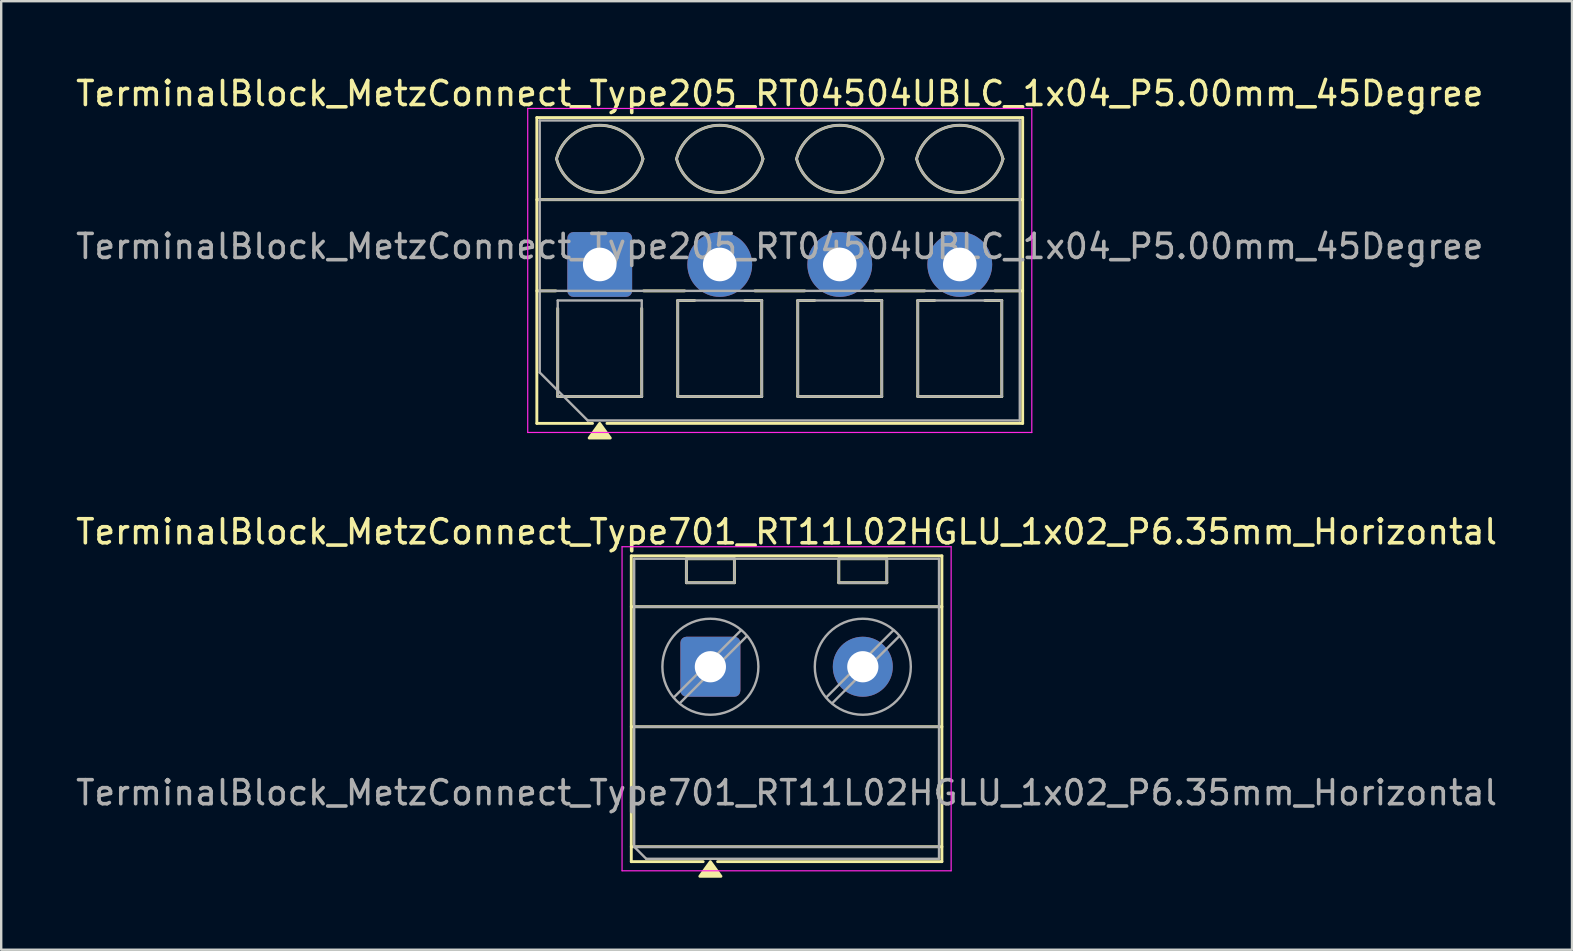
<source format=kicad_pcb>
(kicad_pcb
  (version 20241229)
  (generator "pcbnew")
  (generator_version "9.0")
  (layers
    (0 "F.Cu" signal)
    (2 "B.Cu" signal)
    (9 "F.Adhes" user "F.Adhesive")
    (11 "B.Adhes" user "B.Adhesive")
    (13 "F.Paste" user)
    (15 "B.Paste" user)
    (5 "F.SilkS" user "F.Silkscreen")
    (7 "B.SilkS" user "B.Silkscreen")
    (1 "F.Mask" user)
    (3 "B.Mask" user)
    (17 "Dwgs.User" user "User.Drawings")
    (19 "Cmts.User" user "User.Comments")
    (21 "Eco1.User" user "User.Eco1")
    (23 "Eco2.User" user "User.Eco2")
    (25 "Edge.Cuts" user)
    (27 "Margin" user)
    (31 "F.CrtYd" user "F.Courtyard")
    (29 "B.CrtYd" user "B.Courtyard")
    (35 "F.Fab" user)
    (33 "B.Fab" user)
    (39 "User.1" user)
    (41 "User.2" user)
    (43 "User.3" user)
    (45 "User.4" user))
  (footprint "TerminalBlock_MetzConnect_Type701_RT11L02HGLU_1x02_P6.35mm_Horizontal"
    (layer "F.Cu")
    (at 26.545 24.727)
    (property "Reference" "TerminalBlock_MetzConnect_Type701_RT11L02HGLU_1x02_P6.35mm_Horizontal" (at 3.175 -5.62 0) (layer "F.SilkS") (effects (font (size 1 1) (thickness 0.15))))
    (attr through_hole)
    (fp_line (start -3.295 -4.62) (end -3.295 8.12) (stroke (width 0.12) (type solid)) (layer "F.SilkS"))
    (fp_line (start -3.295 -4.62) (end 9.645 -4.62) (stroke (width 0.12) (type solid)) (layer "F.SilkS"))
    (fp_line (start -3.295 -2.5) (end 9.645 -2.5) (stroke (width 0.12) (type solid)) (layer "F.SilkS"))
    (fp_line (start -3.295 2.5) (end 9.645 2.5) (stroke (width 0.12) (type solid)) (layer "F.SilkS"))
    (fp_line (start -3.295 7.5) (end 9.645 7.5) (stroke (width 0.12) (type solid)) (layer "F.SilkS"))
    (fp_line (start -3.295 8.12) (end -0.3 8.12) (stroke (width 0.12) (type solid)) (layer "F.SilkS"))
    (fp_line (start -1 -4.5) (end -1 -3.5) (stroke (width 0.12) (type solid)) (layer "F.SilkS"))
    (fp_line (start -1 -4.5) (end 1 -4.5) (stroke (width 0.12) (type solid)) (layer "F.SilkS"))
    (fp_line (start -1 -3.5) (end 1 -3.5) (stroke (width 0.12) (type solid)) (layer "F.SilkS"))
    (fp_line (start 0.3 8.12) (end 9.645 8.12) (stroke (width 0.12) (type solid)) (layer "F.SilkS"))
    (fp_line (start 1 -4.5) (end 1 -3.5) (stroke (width 0.12) (type solid)) (layer "F.SilkS"))
    (fp_line (start 5.35 -4.5) (end 5.35 -3.5) (stroke (width 0.12) (type solid)) (layer "F.SilkS"))
    (fp_line (start 5.35 -4.5) (end 7.35 -4.5) (stroke (width 0.12) (type solid)) (layer "F.SilkS"))
    (fp_line (start 5.35 -3.5) (end 7.35 -3.5) (stroke (width 0.12) (type solid)) (layer "F.SilkS"))
    (fp_line (start 7.35 -4.5) (end 7.35 -3.5) (stroke (width 0.12) (type solid)) (layer "F.SilkS"))
    (fp_line (start 9.645 -4.62) (end 9.645 8.12) (stroke (width 0.12) (type solid)) (layer "F.SilkS"))
    (fp_poly (pts (xy 0 8.12) (xy 0.44 8.73) (xy -0.44 8.73)) (stroke (width 0.12) (type solid)) (fill yes) (layer "F.SilkS"))
    (fp_line (start -3.68 -5) (end -3.68 8.5) (stroke (width 0.05) (type solid)) (layer "F.CrtYd"))
    (fp_line (start -3.68 8.5) (end 10.03 8.5) (stroke (width 0.05) (type solid)) (layer "F.CrtYd"))
    (fp_line (start 10.03 -5) (end -3.68 -5) (stroke (width 0.05) (type solid)) (layer "F.CrtYd"))
    (fp_line (start 10.03 8.5) (end 10.03 -5) (stroke (width 0.05) (type solid)) (layer "F.CrtYd"))
    (fp_line (start -3.175 -4.5) (end 9.525 -4.5) (stroke (width 0.1) (type solid)) (layer "F.Fab"))
    (fp_line (start -3.175 -2.5) (end 9.525 -2.5) (stroke (width 0.1) (type solid)) (layer "F.Fab"))
    (fp_line (start -3.175 2.5) (end 9.525 2.5) (stroke (width 0.1) (type solid)) (layer "F.Fab"))
    (fp_line (start -3.175 7.5) (end -3.175 -4.5) (stroke (width 0.1) (type solid)) (layer "F.Fab"))
    (fp_line (start -3.175 7.5) (end 9.525 7.5) (stroke (width 0.1) (type solid)) (layer "F.Fab"))
    (fp_line (start -2.675 8) (end -3.175 7.5) (stroke (width 0.1) (type solid)) (layer "F.Fab"))
    (fp_line (start -1 -4.5) (end -1 -3.5) (stroke (width 0.1) (type solid)) (layer "F.Fab"))
    (fp_line (start -1 -3.5) (end 1 -3.5) (stroke (width 0.1) (type solid)) (layer "F.Fab"))
    (fp_line (start 1 -4.5) (end -1 -4.5) (stroke (width 0.1) (type solid)) (layer "F.Fab"))
    (fp_line (start 1 -3.5) (end 1 -4.5) (stroke (width 0.1) (type solid)) (layer "F.Fab"))
    (fp_line (start 1.273 -1.517) (end -1.517 1.272) (stroke (width 0.1) (type solid)) (layer "F.Fab"))
    (fp_line (start 1.517 -1.273) (end -1.273 1.517) (stroke (width 0.1) (type solid)) (layer "F.Fab"))
    (fp_line (start 5.35 -4.5) (end 5.35 -3.5) (stroke (width 0.1) (type solid)) (layer "F.Fab"))
    (fp_line (start 5.35 -3.5) (end 7.35 -3.5) (stroke (width 0.1) (type solid)) (layer "F.Fab"))
    (fp_line (start 7.35 -4.5) (end 5.35 -4.5) (stroke (width 0.1) (type solid)) (layer "F.Fab"))
    (fp_line (start 7.35 -3.5) (end 7.35 -4.5) (stroke (width 0.1) (type solid)) (layer "F.Fab"))
    (fp_line (start 7.623 -1.517) (end 4.833 1.272) (stroke (width 0.1) (type solid)) (layer "F.Fab"))
    (fp_line (start 7.867 -1.273) (end 5.077 1.517) (stroke (width 0.1) (type solid)) (layer "F.Fab"))
    (fp_line (start 9.525 -4.5) (end 9.525 8) (stroke (width 0.1) (type solid)) (layer "F.Fab"))
    (fp_line (start 9.525 8) (end -2.675 8) (stroke (width 0.1) (type solid)) (layer "F.Fab"))
    (fp_circle (center 0 0) (end 2 0) (stroke (width 0.1) (type solid)) (fill no) (layer "F.Fab"))
    (fp_circle (center 6.35 0) (end 8.35 0) (stroke (width 0.1) (type solid)) (fill no) (layer "F.Fab"))
    (fp_text user "${REFERENCE}" (at 3.175 5.25 0) (layer "F.Fab") (effects (font (size 1 1) (thickness 0.15))))
    (pad "1" thru_hole roundrect (at 0 0) (size 2.5 2.5) (drill 1.3) (layers "*.Cu" "*.Mask") (roundrect_rratio 0.1))
    (pad "2" thru_hole circle (at 6.35 0) (size 2.5 2.5) (drill 1.3) (layers "*.Cu" "*.Mask")))
  (footprint "TerminalBlock_MetzConnect_Type205_RT04504UBLC_1x04_P5.00mm_45Degree"
    (layer "F.Cu")
    (at 21.935 7.968)
    (property "Reference" "TerminalBlock_MetzConnect_Type205_RT04504UBLC_1x04_P5.00mm_45Degree" (at 7.5 -7.12 0) (layer "F.SilkS") (effects (font (size 1 1) (thickness 0.15))))
    (attr through_hole)
    (fp_line (start -2.62 -6.12) (end -2.62 6.62) (stroke (width 0.12) (type solid)) (layer "F.SilkS"))
    (fp_line (start -2.62 -6.12) (end 17.62 -6.12) (stroke (width 0.12) (type solid)) (layer "F.SilkS"))
    (fp_line (start -2.62 -2.7) (end 17.62 -2.7) (stroke (width 0.12) (type solid)) (layer "F.SilkS"))
    (fp_line (start -2.62 1.1) (end -1.83 1.1) (stroke (width 0.12) (type solid)) (layer "F.SilkS"))
    (fp_line (start -2.62 6.62) (end -0.3 6.62) (stroke (width 0.12) (type solid)) (layer "F.SilkS"))
    (fp_line (start -1.75 1.83) (end -1.75 5.5) (stroke (width 0.12) (type solid)) (layer "F.SilkS"))
    (fp_line (start -1.75 5.5) (end 1.75 5.5) (stroke (width 0.12) (type solid)) (layer "F.SilkS"))
    (fp_line (start 0.3 6.62) (end 17.62 6.62) (stroke (width 0.12) (type solid)) (layer "F.SilkS"))
    (fp_line (start 1.75 1.83) (end 1.75 5.5) (stroke (width 0.12) (type solid)) (layer "F.SilkS"))
    (fp_line (start 1.83 1.1) (end 3.538 1.1) (stroke (width 0.12) (type solid)) (layer "F.SilkS"))
    (fp_line (start 3.25 1.5) (end 3.25 5.5) (stroke (width 0.12) (type solid)) (layer "F.SilkS"))
    (fp_line (start 3.25 1.5) (end 3.952 1.5) (stroke (width 0.12) (type solid)) (layer "F.SilkS"))
    (fp_line (start 3.25 5.5) (end 6.75 5.5) (stroke (width 0.12) (type solid)) (layer "F.SilkS"))
    (fp_line (start 6.048 1.5) (end 6.75 1.5) (stroke (width 0.12) (type solid)) (layer "F.SilkS"))
    (fp_line (start 6.462 1.1) (end 8.538 1.1) (stroke (width 0.12) (type solid)) (layer "F.SilkS"))
    (fp_line (start 6.75 1.5) (end 6.75 5.5) (stroke (width 0.12) (type solid)) (layer "F.SilkS"))
    (fp_line (start 8.25 1.5) (end 8.25 5.5) (stroke (width 0.12) (type solid)) (layer "F.SilkS"))
    (fp_line (start 8.25 1.5) (end 8.952 1.5) (stroke (width 0.12) (type solid)) (layer "F.SilkS"))
    (fp_line (start 8.25 5.5) (end 11.75 5.5) (stroke (width 0.12) (type solid)) (layer "F.SilkS"))
    (fp_line (start 11.048 1.5) (end 11.75 1.5) (stroke (width 0.12) (type solid)) (layer "F.SilkS"))
    (fp_line (start 11.462 1.1) (end 13.538 1.1) (stroke (width 0.12) (type solid)) (layer "F.SilkS"))
    (fp_line (start 11.75 1.5) (end 11.75 5.5) (stroke (width 0.12) (type solid)) (layer "F.SilkS"))
    (fp_line (start 13.25 1.5) (end 13.25 5.5) (stroke (width 0.12) (type solid)) (layer "F.SilkS"))
    (fp_line (start 13.25 1.5) (end 13.952 1.5) (stroke (width 0.12) (type solid)) (layer "F.SilkS"))
    (fp_line (start 13.25 5.5) (end 16.75 5.5) (stroke (width 0.12) (type solid)) (layer "F.SilkS"))
    (fp_line (start 16.048 1.5) (end 16.75 1.5) (stroke (width 0.12) (type solid)) (layer "F.SilkS"))
    (fp_line (start 16.462 1.1) (end 17.62 1.1) (stroke (width 0.12) (type solid)) (layer "F.SilkS"))
    (fp_line (start 16.75 1.5) (end 16.75 5.5) (stroke (width 0.12) (type solid)) (layer "F.SilkS"))
    (fp_line (start 17.62 -6.12) (end 17.62 6.62) (stroke (width 0.12) (type solid)) (layer "F.SilkS"))
    (fp_arc (start -1.799932 -4.400268) (mid 0.000138 -5.800108) (end 1.8 -4.4) (stroke (width 0.12) (type solid)) (layer "F.SilkS"))
    (fp_arc (start 1.8 -4.4) (mid 0.000138 -2.999892) (end -1.799932 -4.399732) (stroke (width 0.12) (type solid)) (layer "F.SilkS"))
    (fp_arc (start 3.200068 -4.400268) (mid 5.000138 -5.800108) (end 6.8 -4.4) (stroke (width 0.12) (type solid)) (layer "F.SilkS"))
    (fp_arc (start 6.8 -4.4) (mid 5.000138 -2.999892) (end 3.200068 -4.399732) (stroke (width 0.12) (type solid)) (layer "F.SilkS"))
    (fp_arc (start 8.200068 -4.400268) (mid 10.000138 -5.800108) (end 11.8 -4.4) (stroke (width 0.12) (type solid)) (layer "F.SilkS"))
    (fp_arc (start 11.8 -4.4) (mid 10.000138 -2.999892) (end 8.200068 -4.399732) (stroke (width 0.12) (type solid)) (layer "F.SilkS"))
    (fp_arc (start 13.200068 -4.400268) (mid 15.000138 -5.800108) (end 16.8 -4.4) (stroke (width 0.12) (type solid)) (layer "F.SilkS"))
    (fp_arc (start 16.8 -4.4) (mid 15.000138 -2.999892) (end 13.200068 -4.399732) (stroke (width 0.12) (type solid)) (layer "F.SilkS"))
    (fp_poly (pts (xy 0 6.62) (xy 0.44 7.23) (xy -0.44 7.23)) (stroke (width 0.12) (type solid)) (fill yes) (layer "F.SilkS"))
    (fp_line (start -3 -6.5) (end -3 7) (stroke (width 0.05) (type solid)) (layer "F.CrtYd"))
    (fp_line (start -3 7) (end 18 7) (stroke (width 0.05) (type solid)) (layer "F.CrtYd"))
    (fp_line (start 18 -6.5) (end -3 -6.5) (stroke (width 0.05) (type solid)) (layer "F.CrtYd"))
    (fp_line (start 18 7) (end 18 -6.5) (stroke (width 0.05) (type solid)) (layer "F.CrtYd"))
    (fp_line (start -2.5 -6) (end 17.5 -6) (stroke (width 0.1) (type solid)) (layer "F.Fab"))
    (fp_line (start -2.5 -2.7) (end 17.5 -2.7) (stroke (width 0.1) (type solid)) (layer "F.Fab"))
    (fp_line (start -2.5 1.1) (end 17.5 1.1) (stroke (width 0.1) (type solid)) (layer "F.Fab"))
    (fp_line (start -2.5 4.5) (end -2.5 -6) (stroke (width 0.1) (type solid)) (layer "F.Fab"))
    (fp_line (start -1.75 1.5) (end -1.75 5.5) (stroke (width 0.1) (type solid)) (layer "F.Fab"))
    (fp_line (start -1.75 5.5) (end 1.75 5.5) (stroke (width 0.1) (type solid)) (layer "F.Fab"))
    (fp_line (start -0.5 6.5) (end -2.5 4.5) (stroke (width 0.1) (type solid)) (layer "F.Fab"))
    (fp_line (start 1.75 1.5) (end -1.75 1.5) (stroke (width 0.1) (type solid)) (layer "F.Fab"))
    (fp_line (start 1.75 5.5) (end 1.75 1.5) (stroke (width 0.1) (type solid)) (layer "F.Fab"))
    (fp_line (start 3.25 1.5) (end 3.25 5.5) (stroke (width 0.1) (type solid)) (layer "F.Fab"))
    (fp_line (start 3.25 5.5) (end 6.75 5.5) (stroke (width 0.1) (type solid)) (layer "F.Fab"))
    (fp_line (start 6.75 1.5) (end 3.25 1.5) (stroke (width 0.1) (type solid)) (layer "F.Fab"))
    (fp_line (start 6.75 5.5) (end 6.75 1.5) (stroke (width 0.1) (type solid)) (layer "F.Fab"))
    (fp_line (start 8.25 1.5) (end 8.25 5.5) (stroke (width 0.1) (type solid)) (layer "F.Fab"))
    (fp_line (start 8.25 5.5) (end 11.75 5.5) (stroke (width 0.1) (type solid)) (layer "F.Fab"))
    (fp_line (start 11.75 1.5) (end 8.25 1.5) (stroke (width 0.1) (type solid)) (layer "F.Fab"))
    (fp_line (start 11.75 5.5) (end 11.75 1.5) (stroke (width 0.1) (type solid)) (layer "F.Fab"))
    (fp_line (start 13.25 1.5) (end 13.25 5.5) (stroke (width 0.1) (type solid)) (layer "F.Fab"))
    (fp_line (start 13.25 5.5) (end 16.75 5.5) (stroke (width 0.1) (type solid)) (layer "F.Fab"))
    (fp_line (start 16.75 1.5) (end 13.25 1.5) (stroke (width 0.1) (type solid)) (layer "F.Fab"))
    (fp_line (start 16.75 5.5) (end 16.75 1.5) (stroke (width 0.1) (type solid)) (layer "F.Fab"))
    (fp_line (start 17.5 -6) (end 17.5 6.5) (stroke (width 0.1) (type solid)) (layer "F.Fab"))
    (fp_line (start 17.5 6.5) (end -0.5 6.5) (stroke (width 0.1) (type solid)) (layer "F.Fab"))
    (fp_arc (start -1.799932 -4.400268) (mid 0.000138 -5.800108) (end 1.8 -4.4) (stroke (width 0.1) (type solid)) (layer "F.Fab"))
    (fp_arc (start 1.8 -4.4) (mid -0.000831 -3.000646) (end -1.800409 -4.40161) (stroke (width 0.1) (type solid)) (layer "F.Fab"))
    (fp_arc (start 3.200068 -4.400268) (mid 5.000138 -5.800108) (end 6.8 -4.4) (stroke (width 0.1) (type solid)) (layer "F.Fab"))
    (fp_arc (start 6.8 -4.4) (mid 4.999169 -3.000646) (end 3.199591 -4.40161) (stroke (width 0.1) (type solid)) (layer "F.Fab"))
    (fp_arc (start 8.200068 -4.400268) (mid 10.000138 -5.800108) (end 11.8 -4.4) (stroke (width 0.1) (type solid)) (layer "F.Fab"))
    (fp_arc (start 11.8 -4.4) (mid 9.999169 -3.000646) (end 8.199591 -4.40161) (stroke (width 0.1) (type solid)) (layer "F.Fab"))
    (fp_arc (start 13.200068 -4.400268) (mid 15.000138 -5.800108) (end 16.8 -4.4) (stroke (width 0.1) (type solid)) (layer "F.Fab"))
    (fp_arc (start 16.8 -4.4) (mid 14.999169 -3.000646) (end 13.199591 -4.40161) (stroke (width 0.1) (type solid)) (layer "F.Fab"))
    (fp_text user "${REFERENCE}" (at 7.5 -0.75 0) (layer "F.Fab") (effects (font (size 1 1) (thickness 0.15))))
    (pad "1" thru_hole roundrect (at 0 0) (size 2.7 2.7) (drill 1.4) (layers "*.Cu" "*.Mask") (roundrect_rratio 0.093))
    (pad "2" thru_hole circle (at 5 0) (size 2.7 2.7) (drill 1.4) (layers "*.Cu" "*.Mask"))
    (pad "3" thru_hole circle (at 10 0) (size 2.7 2.7) (drill 1.4) (layers "*.Cu" "*.Mask"))
    (pad "4" thru_hole circle (at 15 0) (size 2.7 2.7) (drill 1.4) (layers "*.Cu" "*.Mask")))
  (gr_rect
    (start -3 -3)
    (end 62.44 36.517)
    (stroke (width 0.1) (type default))
    (fill no)
    (layer "Edge.Cuts")))
</source>
